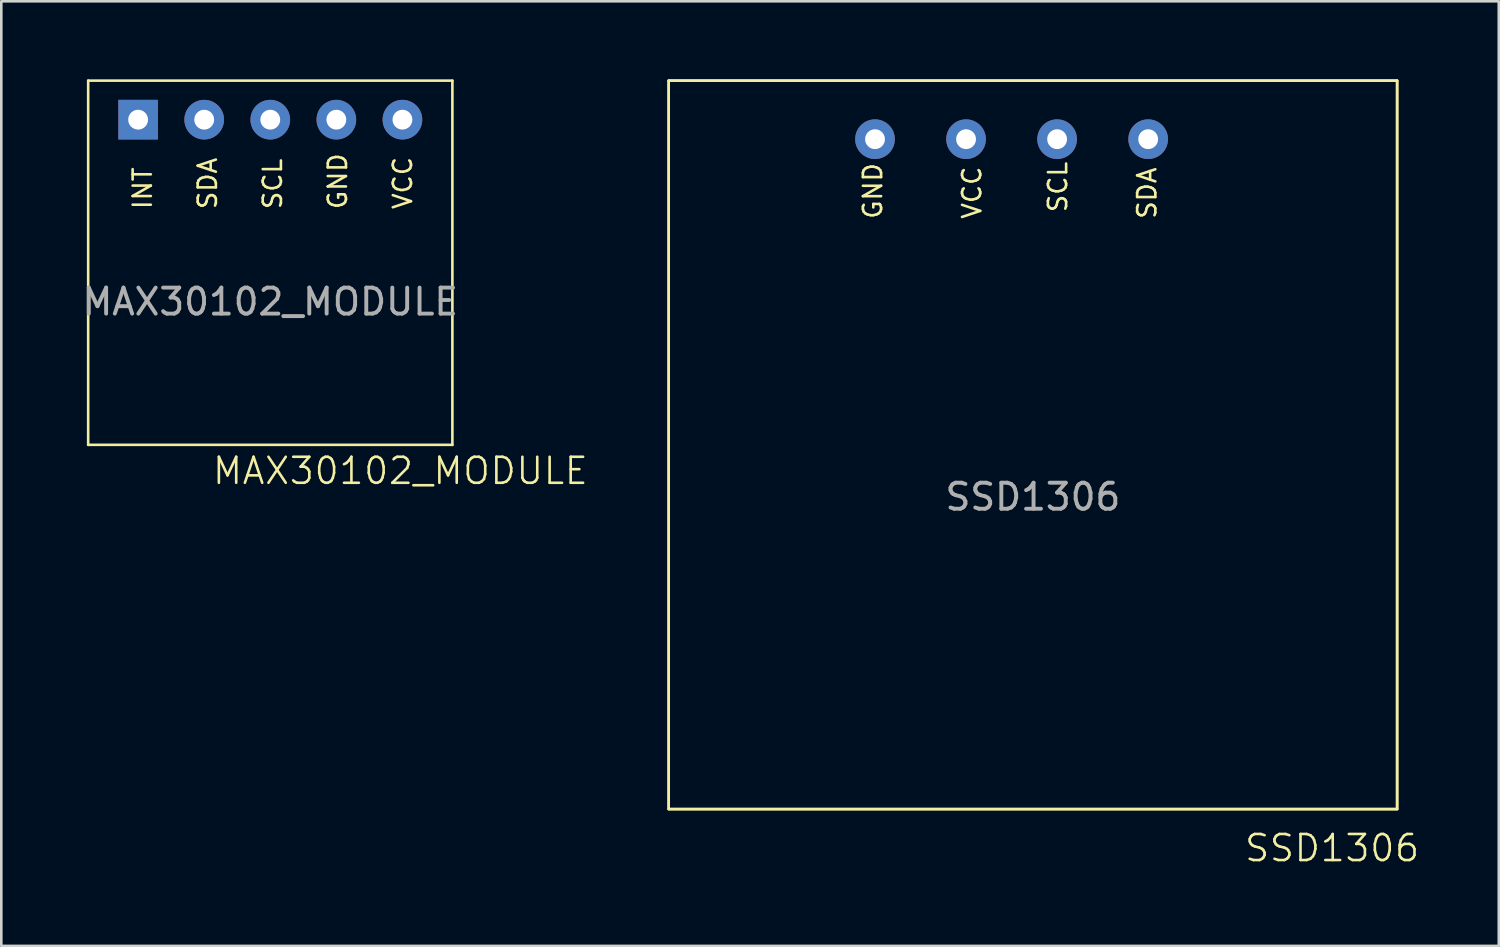
<source format=kicad_pcb>
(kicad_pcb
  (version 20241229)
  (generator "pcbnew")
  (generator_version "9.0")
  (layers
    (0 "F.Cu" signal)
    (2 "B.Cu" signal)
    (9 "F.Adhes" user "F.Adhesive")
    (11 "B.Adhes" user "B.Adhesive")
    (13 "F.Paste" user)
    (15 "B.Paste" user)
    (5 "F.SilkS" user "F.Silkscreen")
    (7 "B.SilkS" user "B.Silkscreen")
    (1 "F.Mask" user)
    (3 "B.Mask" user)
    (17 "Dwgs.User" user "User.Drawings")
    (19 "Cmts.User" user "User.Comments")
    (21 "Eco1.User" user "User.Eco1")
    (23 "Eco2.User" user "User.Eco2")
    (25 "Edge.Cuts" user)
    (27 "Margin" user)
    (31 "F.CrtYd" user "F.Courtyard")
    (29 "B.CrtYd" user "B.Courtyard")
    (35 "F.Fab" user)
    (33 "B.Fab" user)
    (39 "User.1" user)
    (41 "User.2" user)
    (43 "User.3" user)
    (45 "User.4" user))
  (footprint "MAX30102_MODULE"
    (layer "F.Cu")
    (at 7.339 6.05)
    (property "Reference" "MAX30102_MODULE" (at 5 9 0) (unlocked yes) (layer "F.SilkS") (effects (font (size 1 1) (thickness 0.1))))
    (attr through_hole)
    (fp_line (start -7 -6) (end 7 -6) (stroke (width 0.1) (type default)) (layer "F.SilkS"))
    (fp_line (start -7 8) (end -7 -6) (stroke (width 0.1) (type default)) (layer "F.SilkS"))
    (fp_line (start 7 -6) (end 7 8) (stroke (width 0.1) (type default)) (layer "F.SilkS"))
    (fp_line (start 7 8) (end -7 8) (stroke (width 0.1) (type default)) (layer "F.SilkS"))
    (fp_text user "SDA" (at -2 -1 90) (unlocked yes) (layer "F.SilkS") (effects (font (size 0.7 0.7) (thickness 0.1)) (justify left bottom)))
    (fp_text user "SCL" (at 0.5 -1 90) (unlocked yes) (layer "F.SilkS") (effects (font (size 0.7 0.7) (thickness 0.1)) (justify left bottom)))
    (fp_text user "VCC" (at 5.5 -1 90) (unlocked yes) (layer "F.SilkS") (effects (font (size 0.7 0.7) (thickness 0.1)) (justify left bottom)))
    (fp_text user "GND" (at 3 -1 90) (unlocked yes) (layer "F.SilkS") (effects (font (size 0.7 0.7) (thickness 0.1)) (justify left bottom)))
    (fp_text user "INT" (at -4.5 -1 90) (unlocked yes) (layer "F.SilkS") (effects (font (size 0.7 0.7) (thickness 0.1)) (justify left bottom)))
    (fp_text user "${REFERENCE}" (at 0 2.5 0) (unlocked yes) (layer "F.Fab") (effects (font (size 1 1) (thickness 0.15))))
    (pad "1" thru_hole rect (at -5.08 -4.5) (size 1.524 1.524) (drill 0.762) (layers "*.Cu" "*.Mask"))
    (pad "2" thru_hole circle (at -2.54 -4.5) (size 1.524 1.524) (drill 0.762) (layers "*.Cu" "*.Mask"))
    (pad "3" thru_hole circle (at 0 -4.5) (size 1.524 1.524) (drill 0.762) (layers "*.Cu" "*.Mask"))
    (pad "4" thru_hole circle (at 2.54 -4.5) (size 1.524 1.524) (drill 0.762) (layers "*.Cu" "*.Mask"))
    (pad "5" thru_hole circle (at 5.08 -4.5) (size 1.524 1.524) (drill 0.762) (layers "*.Cu" "*.Mask"))
    (zone (net_name "") (layer "F.SilkS") (hatch edge 0.5) (connect_pads) (min_thickness 0.25) (filled_areas_thickness no) (keepout (tracks allowed) (vias allowed) (pads not_allowed) (copperpour allowed) (footprints not_allowed)) (placement (enabled no)) (fill) (polygon (pts (xy 0.339 0.05) (xy 14.339 0.05) (xy 14.339 14.05) (xy 0.339 14.05)))))
  (footprint "SSD1306"
    (layer "F.Cu")
    (at 35.354 13.55)
    (property "Reference" "SSD1306" (at 12.8 16 0) (unlocked yes) (layer "F.SilkS") (effects (font (size 1 1) (thickness 0.1))))
    (attr through_hole)
    (fp_line (start -12.7 -13.5) (end 15.3 -13.5) (stroke (width 0.1) (type default)) (layer "F.SilkS"))
    (fp_line (start -12.7 14.5) (end -12.7 -13.5) (stroke (width 0.1) (type default)) (layer "F.SilkS"))
    (fp_line (start 15.3 -13.5) (end 15.3 14.5) (stroke (width 0.1) (type default)) (layer "F.SilkS"))
    (fp_line (start 15.3 14.5) (end -12.7 14.5) (stroke (width 0.1) (type default)) (layer "F.SilkS"))
    (fp_rect (start -12.7 -13.5) (end 15.3 14.5) (stroke (width 0.1) (type default)) (fill no) (layer "F.SilkS"))
    (fp_text user "SDA" (at 6.096 -8.128 90) (unlocked yes) (layer "F.SilkS") (effects (font (size 0.7 0.7) (thickness 0.1)) (justify left bottom)))
    (fp_text user "SCL" (at 2.667 -8.382 90) (unlocked yes) (layer "F.SilkS") (effects (font (size 0.7 0.7) (thickness 0.1)) (justify left bottom)))
    (fp_text user "VCC" (at -0.635 -8.128 90) (unlocked yes) (layer "F.SilkS") (effects (font (size 0.7 0.7) (thickness 0.1)) (justify left bottom)))
    (fp_text user "GND" (at -4.445 -8.128 90) (unlocked yes) (layer "F.SilkS") (effects (font (size 0.7 0.7) (thickness 0.1)) (justify left bottom)))
    (fp_text user "${REFERENCE}" (at 1.3 2.5 0) (unlocked yes) (layer "F.Fab") (effects (font (size 1 1) (thickness 0.15))))
    (pad "1" thru_hole circle (at -4.77 -11.25) (size 1.524 1.524) (drill 0.762) (layers "*.Cu" "*.Mask"))
    (pad "2" thru_hole circle (at -1.27 -11.25) (size 1.524 1.524) (drill 0.762) (layers "*.Cu" "*.Mask"))
    (pad "3" thru_hole circle (at 2.23 -11.25) (size 1.524 1.524) (drill 0.762) (layers "*.Cu" "*.Mask"))
    (pad "4" thru_hole circle (at 5.73 -11.25) (size 1.524 1.524) (drill 0.762) (layers "*.Cu" "*.Mask"))
    (zone (net_name "") (layer "F.SilkS") (hatch edge 0.5) (connect_pads) (min_thickness 0.25) (filled_areas_thickness no) (keepout (tracks allowed) (vias allowed) (pads not_allowed) (copperpour allowed) (footprints not_allowed)) (placement (enabled no)) (fill) (polygon (pts (xy 22.654 0.05) (xy 50.654 0.05) (xy 50.654 28.05) (xy 22.654 28.05)))))
  (gr_rect
    (start -3 -3)
    (end 54.561 33.31)
    (stroke (width 0.1) (type default))
    (fill no)
    (layer "Edge.Cuts")))
</source>
